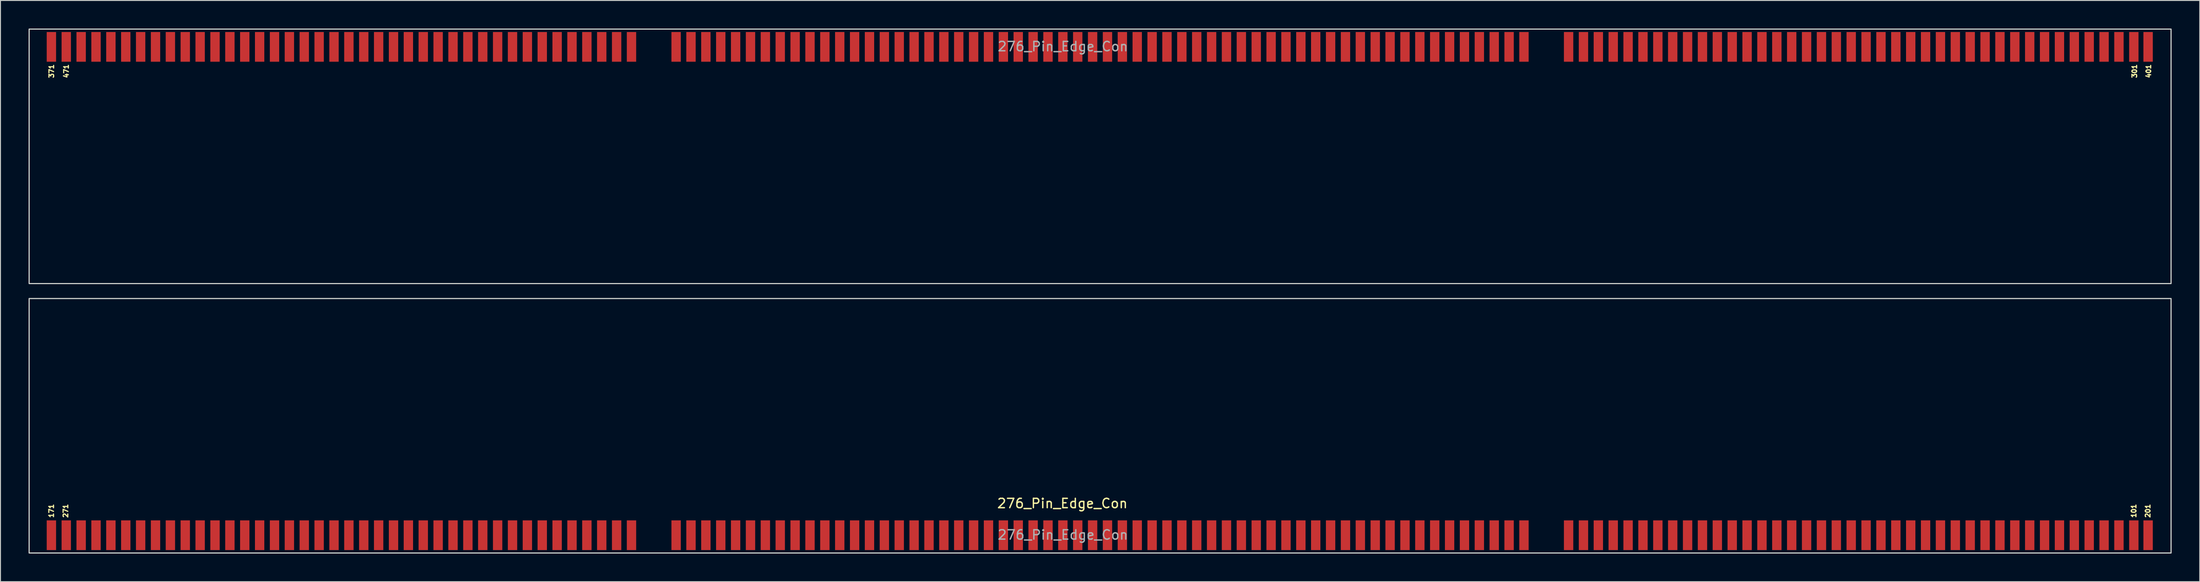
<source format=kicad_pcb>
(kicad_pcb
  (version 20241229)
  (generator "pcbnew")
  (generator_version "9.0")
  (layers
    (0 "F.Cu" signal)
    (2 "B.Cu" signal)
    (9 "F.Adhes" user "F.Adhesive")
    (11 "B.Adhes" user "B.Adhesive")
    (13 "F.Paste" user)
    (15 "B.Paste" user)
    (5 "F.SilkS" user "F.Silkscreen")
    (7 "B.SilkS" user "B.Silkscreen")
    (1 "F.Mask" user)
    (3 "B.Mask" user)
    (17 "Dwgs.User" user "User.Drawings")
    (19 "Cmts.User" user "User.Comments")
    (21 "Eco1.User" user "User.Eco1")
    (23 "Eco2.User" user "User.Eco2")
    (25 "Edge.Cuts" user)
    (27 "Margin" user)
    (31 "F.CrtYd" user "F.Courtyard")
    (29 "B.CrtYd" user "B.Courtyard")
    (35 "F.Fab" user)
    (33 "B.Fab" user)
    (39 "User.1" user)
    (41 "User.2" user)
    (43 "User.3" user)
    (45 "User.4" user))
  (footprint "276_Pin_Edge_Con"
    (layer "F.Cu")
    (at 114.36 28.06)
    (property "Reference" "276_Pin_Edge_Con" (at -4.025 22.7 0) (unlocked yes) (layer "F.SilkS") (effects (font (size 1 1) (thickness 0.15))))
    (attr smd)
    (fp_rect (start -114.3 -28) (end 114.3 -0.8) (stroke (width 0.12) (type solid)) (fill no) (layer "Edge.Cuts"))
    (fp_rect (start -114.3 0.8) (end 114.3 28) (stroke (width 0.12) (type solid)) (fill no) (layer "Edge.Cuts"))
    (fp_text user "271" (at -110.4 23.5 90) (unlocked yes) (layer "F.SilkS") (effects (font (size 0.5 0.5) (thickness 0.125))))
    (fp_text user "301" (at 110.4 -23.5 90) (unlocked yes) (layer "F.SilkS") (effects (font (size 0.5 0.5) (thickness 0.125))))
    (fp_text user "101" (at 110.325 23.5 90) (unlocked yes) (layer "F.SilkS") (effects (font (size 0.5 0.5) (thickness 0.125))))
    (fp_text user "371" (at -111.912 -23.5 90) (unlocked yes) (layer "F.SilkS") (effects (font (size 0.5 0.5) (thickness 0.125))))
    (fp_text user "401" (at 111.9 -23.5 90) (unlocked yes) (layer "F.SilkS") (effects (font (size 0.5 0.5) (thickness 0.125))))
    (fp_text user "471" (at -110.338 -23.5 90) (unlocked yes) (layer "F.SilkS") (effects (font (size 0.5 0.5) (thickness 0.125))))
    (fp_text user "171" (at -111.925 23.5 90) (unlocked yes) (layer "F.SilkS") (effects (font (size 0.5 0.5) (thickness 0.125))))
    (fp_text user "201" (at 111.825 23.5 90) (unlocked yes) (layer "F.SilkS") (effects (font (size 0.5 0.5) (thickness 0.125))))
    (fp_text user "${REFERENCE}" (at -3.975 26.06 0) (unlocked yes) (layer "F.Fab") (effects (font (size 1 1) (thickness 0.15))))
    (fp_text user "${REFERENCE}" (at -3.975 -26.14 0) (unlocked yes) (layer "F.Fab") (effects (font (size 1 1) (thickness 0.15))))
    (pad "101" smd rect (at 110.325 26.1) (size 1 3.175) (layers "F.Cu" "F.Mask" "F.Paste"))
    (pad "102" smd rect (at 107.15 26.1) (size 1 3.175) (layers "F.Cu" "F.Mask" "F.Paste"))
    (pad "103" smd rect (at 103.975 26.1) (size 1 3.175) (layers "F.Cu" "F.Mask" "F.Paste"))
    (pad "104" smd rect (at 100.8 26.1) (size 1 3.175) (layers "F.Cu" "F.Mask" "F.Paste"))
    (pad "105" smd rect (at 97.625 26.1) (size 1 3.175) (layers "F.Cu" "F.Mask" "F.Paste"))
    (pad "106" smd rect (at 94.45 26.1) (size 1 3.175) (layers "F.Cu" "F.Mask" "F.Paste"))
    (pad "107" smd rect (at 91.275 26.1) (size 1 3.175) (layers "F.Cu" "F.Mask" "F.Paste"))
    (pad "108" smd rect (at 88.1 26.1) (size 1 3.175) (layers "F.Cu" "F.Mask" "F.Paste"))
    (pad "109" smd rect (at 84.925 26.1) (size 1 3.175) (layers "F.Cu" "F.Mask" "F.Paste"))
    (pad "110" smd rect (at 81.75 26.1) (size 1 3.175) (layers "F.Cu" "F.Mask" "F.Paste"))
    (pad "111" smd rect (at 78.575 26.1) (size 1 3.175) (layers "F.Cu" "F.Mask" "F.Paste"))
    (pad "112" smd rect (at 75.4 26.1) (size 1 3.175) (layers "F.Cu" "F.Mask" "F.Paste"))
    (pad "113" smd rect (at 72.225 26.1) (size 1 3.175) (layers "F.Cu" "F.Mask" "F.Paste"))
    (pad "114" smd rect (at 69.05 26.1) (size 1 3.175) (layers "F.Cu" "F.Mask" "F.Paste"))
    (pad "115" smd rect (at 65.875 26.1) (size 1 3.175) (layers "F.Cu" "F.Mask" "F.Paste"))
    (pad "116" smd rect (at 62.7 26.1) (size 1 3.175) (layers "F.Cu" "F.Mask" "F.Paste"))
    (pad "117" smd rect (at 59.525 26.1) (size 1 3.175) (layers "F.Cu" "F.Mask" "F.Paste"))
    (pad "118" smd rect (at 56.35 26.1) (size 1 3.175) (layers "F.Cu" "F.Mask" "F.Paste"))
    (pad "119" smd rect (at 53.175 26.1) (size 1 3.175) (layers "F.Cu" "F.Mask" "F.Paste"))
    (pad "120" smd rect (at 50 26.1) (size 1 3.175) (layers "F.Cu" "F.Mask" "F.Paste"))
    (pad "122" smd rect (at 43.65 26.1) (size 1 3.175) (layers "F.Cu" "F.Mask" "F.Paste"))
    (pad "123" smd rect (at 40.475 26.1) (size 1 3.175) (layers "F.Cu" "F.Mask" "F.Paste"))
    (pad "124" smd rect (at 37.3 26.1) (size 1 3.175) (layers "F.Cu" "F.Mask" "F.Paste"))
    (pad "125" smd rect (at 34.125 26.1) (size 1 3.175) (layers "F.Cu" "F.Mask" "F.Paste"))
    (pad "126" smd rect (at 30.95 26.1) (size 1 3.175) (layers "F.Cu" "F.Mask" "F.Paste"))
    (pad "127" smd rect (at 27.775 26.1) (size 1 3.175) (layers "F.Cu" "F.Mask" "F.Paste"))
    (pad "128" smd rect (at 24.6 26.1) (size 1 3.175) (layers "F.Cu" "F.Mask" "F.Paste"))
    (pad "129" smd rect (at 21.425 26.1) (size 1 3.175) (layers "F.Cu" "F.Mask" "F.Paste"))
    (pad "130" smd rect (at 18.25 26.1) (size 1 3.175) (layers "F.Cu" "F.Mask" "F.Paste"))
    (pad "131" smd rect (at 15.075 26.1) (size 1 3.175) (layers "F.Cu" "F.Mask" "F.Paste"))
    (pad "132" smd rect (at 11.9 26.1) (size 1 3.175) (layers "F.Cu" "F.Mask" "F.Paste"))
    (pad "133" smd rect (at 8.725 26.1) (size 1 3.175) (layers "F.Cu" "F.Mask" "F.Paste"))
    (pad "134" smd rect (at 5.55 26.1) (size 1 3.175) (layers "F.Cu" "F.Mask" "F.Paste"))
    (pad "135" smd rect (at 2.375 26.1) (size 1 3.175) (layers "F.Cu" "F.Mask" "F.Paste"))
    (pad "136" smd rect (at -0.8 26.1) (size 1 3.175) (layers "F.Cu" "F.Mask" "F.Paste"))
    (pad "137" smd rect (at -3.975 26.1) (size 1 3.175) (layers "F.Cu" "F.Mask" "F.Paste"))
    (pad "138" smd rect (at -7.15 26.1) (size 1 3.175) (layers "F.Cu" "F.Mask" "F.Paste"))
    (pad "139" smd rect (at -10.325 26.1) (size 1 3.175) (layers "F.Cu" "F.Mask" "F.Paste"))
    (pad "140" smd rect (at -13.5 26.1) (size 1 3.175) (layers "F.Cu" "F.Mask" "F.Paste"))
    (pad "141" smd rect (at -16.675 26.1) (size 1 3.175) (layers "F.Cu" "F.Mask" "F.Paste"))
    (pad "142" smd rect (at -19.85 26.1) (size 1 3.175) (layers "F.Cu" "F.Mask" "F.Paste"))
    (pad "143" smd rect (at -23.025 26.1) (size 1 3.175) (layers "F.Cu" "F.Mask" "F.Paste"))
    (pad "144" smd rect (at -26.2 26.1) (size 1 3.175) (layers "F.Cu" "F.Mask" "F.Paste"))
    (pad "145" smd rect (at -29.375 26.1) (size 1 3.175) (layers "F.Cu" "F.Mask" "F.Paste"))
    (pad "146" smd rect (at -32.55 26.1) (size 1 3.175) (layers "F.Cu" "F.Mask" "F.Paste"))
    (pad "147" smd rect (at -35.725 26.1) (size 1 3.175) (layers "F.Cu" "F.Mask" "F.Paste"))
    (pad "148" smd rect (at -38.9 26.1) (size 1 3.175) (layers "F.Cu" "F.Mask" "F.Paste"))
    (pad "149" smd rect (at -42.075 26.1) (size 1 3.175) (layers "F.Cu" "F.Mask" "F.Paste"))
    (pad "150" smd rect (at -45.25 26.1) (size 1 3.175) (layers "F.Cu" "F.Mask" "F.Paste"))
    (pad "152" smd rect (at -51.6 26.1) (size 1 3.175) (layers "F.Cu" "F.Mask" "F.Paste"))
    (pad "153" smd rect (at -54.775 26.1) (size 1 3.175) (layers "F.Cu" "F.Mask" "F.Paste"))
    (pad "154" smd rect (at -57.95 26.1) (size 1 3.175) (layers "F.Cu" "F.Mask" "F.Paste"))
    (pad "155" smd rect (at -61.125 26.1) (size 1 3.175) (layers "F.Cu" "F.Mask" "F.Paste"))
    (pad "156" smd rect (at -64.3 26.1) (size 1 3.175) (layers "F.Cu" "F.Mask" "F.Paste"))
    (pad "157" smd rect (at -67.475 26.1) (size 1 3.175) (layers "F.Cu" "F.Mask" "F.Paste"))
    (pad "158" smd rect (at -70.65 26.1) (size 1 3.175) (layers "F.Cu" "F.Mask" "F.Paste"))
    (pad "159" smd rect (at -73.825 26.1) (size 1 3.175) (layers "F.Cu" "F.Mask" "F.Paste"))
    (pad "160" smd rect (at -77 26.1) (size 1 3.175) (layers "F.Cu" "F.Mask" "F.Paste"))
    (pad "161" smd rect (at -80.175 26.1) (size 1 3.175) (layers "F.Cu" "F.Mask" "F.Paste"))
    (pad "162" smd rect (at -83.35 26.1) (size 1 3.175) (layers "F.Cu" "F.Mask" "F.Paste"))
    (pad "163" smd rect (at -86.525 26.1) (size 1 3.175) (layers "F.Cu" "F.Mask" "F.Paste"))
    (pad "164" smd rect (at -89.7 26.1) (size 1 3.175) (layers "F.Cu" "F.Mask" "F.Paste"))
    (pad "165" smd rect (at -92.875 26.1) (size 1 3.175) (layers "F.Cu" "F.Mask" "F.Paste"))
    (pad "166" smd rect (at -96.05 26.1) (size 1 3.175) (layers "F.Cu" "F.Mask" "F.Paste"))
    (pad "167" smd rect (at -99.225 26.1) (size 1 3.175) (layers "F.Cu" "F.Mask" "F.Paste"))
    (pad "168" smd rect (at -102.4 26.1) (size 1 3.175) (layers "F.Cu" "F.Mask" "F.Paste"))
    (pad "169" smd rect (at -105.575 26.1) (size 1 3.175) (layers "F.Cu" "F.Mask" "F.Paste"))
    (pad "170" smd rect (at -108.75 26.1) (size 1 3.175) (layers "F.Cu" "F.Mask" "F.Paste"))
    (pad "171" smd rect (at -111.925 26.1) (size 1 3.175) (layers "F.Cu" "F.Mask" "F.Paste"))
    (pad "201" smd rect (at 111.849 26.1) (size 1 3.175) (layers "F.Cu" "F.Mask" "F.Paste"))
    (pad "202" smd rect (at 108.737 26.1) (size 1 3.175) (layers "F.Cu" "F.Mask" "F.Paste"))
    (pad "203" smd rect (at 105.562 26.1) (size 1 3.175) (layers "F.Cu" "F.Mask" "F.Paste"))
    (pad "204" smd rect (at 102.388 26.1) (size 1 3.175) (layers "F.Cu" "F.Mask" "F.Paste"))
    (pad "205" smd rect (at 99.213 26.1) (size 1 3.175) (layers "F.Cu" "F.Mask" "F.Paste"))
    (pad "206" smd rect (at 96.037 26.1) (size 1 3.175) (layers "F.Cu" "F.Mask" "F.Paste"))
    (pad "207" smd rect (at 92.862 26.1) (size 1 3.175) (layers "F.Cu" "F.Mask" "F.Paste"))
    (pad "208" smd rect (at 89.688 26.1) (size 1 3.175) (layers "F.Cu" "F.Mask" "F.Paste"))
    (pad "209" smd rect (at 86.513 26.1) (size 1 3.175) (layers "F.Cu" "F.Mask" "F.Paste"))
    (pad "210" smd rect (at 83.338 26.1) (size 1 3.175) (layers "F.Cu" "F.Mask" "F.Paste"))
    (pad "211" smd rect (at 80.162 26.1) (size 1 3.175) (layers "F.Cu" "F.Mask" "F.Paste"))
    (pad "212" smd rect (at 76.987 26.1) (size 1 3.175) (layers "F.Cu" "F.Mask" "F.Paste"))
    (pad "213" smd rect (at 73.812 26.1) (size 1 3.175) (layers "F.Cu" "F.Mask" "F.Paste"))
    (pad "214" smd rect (at 70.638 26.1) (size 1 3.175) (layers "F.Cu" "F.Mask" "F.Paste"))
    (pad "215" smd rect (at 67.463 26.1) (size 1 3.175) (layers "F.Cu" "F.Mask" "F.Paste"))
    (pad "216" smd rect (at 64.287 26.1) (size 1 3.175) (layers "F.Cu" "F.Mask" "F.Paste"))
    (pad "217" smd rect (at 61.112 26.1) (size 1 3.175) (layers "F.Cu" "F.Mask" "F.Paste"))
    (pad "218" smd rect (at 57.938 26.1) (size 1 3.175) (layers "F.Cu" "F.Mask" "F.Paste"))
    (pad "219" smd rect (at 54.763 26.1) (size 1 3.175) (layers "F.Cu" "F.Mask" "F.Paste"))
    (pad "220" smd rect (at 51.587 26.1) (size 1 3.175) (layers "F.Cu" "F.Mask" "F.Paste"))
    (pad "222" smd rect (at 45.237 26.1) (size 1 3.175) (layers "F.Cu" "F.Mask" "F.Paste"))
    (pad "223" smd rect (at 42.062 26.1) (size 1 3.175) (layers "F.Cu" "F.Mask" "F.Paste"))
    (pad "224" smd rect (at 38.888 26.1) (size 1 3.175) (layers "F.Cu" "F.Mask" "F.Paste"))
    (pad "225" smd rect (at 35.712 26.1) (size 1 3.175) (layers "F.Cu" "F.Mask" "F.Paste"))
    (pad "226" smd rect (at 32.538 26.1) (size 1 3.175) (layers "F.Cu" "F.Mask" "F.Paste"))
    (pad "227" smd rect (at 29.363 26.1) (size 1 3.175) (layers "F.Cu" "F.Mask" "F.Paste"))
    (pad "228" smd rect (at 26.188 26.1) (size 1 3.175) (layers "F.Cu" "F.Mask" "F.Paste"))
    (pad "229" smd rect (at 23.012 26.1) (size 1 3.175) (layers "F.Cu" "F.Mask" "F.Paste"))
    (pad "230" smd rect (at 19.837 26.1) (size 1 3.175) (layers "F.Cu" "F.Mask" "F.Paste"))
    (pad "231" smd rect (at 16.663 26.1) (size 1 3.175) (layers "F.Cu" "F.Mask" "F.Paste"))
    (pad "232" smd rect (at 13.488 26.1) (size 1 3.175) (layers "F.Cu" "F.Mask" "F.Paste"))
    (pad "233" smd rect (at 10.312 26.1) (size 1 3.175) (layers "F.Cu" "F.Mask" "F.Paste"))
    (pad "234" smd rect (at 7.138 26.1) (size 1 3.175) (layers "F.Cu" "F.Mask" "F.Paste"))
    (pad "235" smd rect (at 3.962 26.1) (size 1 3.175) (layers "F.Cu" "F.Mask" "F.Paste"))
    (pad "236" smd rect (at 0.787 26.1) (size 1 3.175) (layers "F.Cu" "F.Mask" "F.Paste"))
    (pad "237" smd rect (at -2.388 26.1) (size 1 3.175) (layers "F.Cu" "F.Mask" "F.Paste"))
    (pad "238" smd rect (at -5.562 26.1) (size 1 3.175) (layers "F.Cu" "F.Mask" "F.Paste"))
    (pad "239" smd rect (at -8.738 26.1) (size 1 3.175) (layers "F.Cu" "F.Mask" "F.Paste"))
    (pad "240" smd rect (at -11.912 26.1) (size 1 3.175) (layers "F.Cu" "F.Mask" "F.Paste"))
    (pad "241" smd rect (at -15.088 26.1) (size 1 3.175) (layers "F.Cu" "F.Mask" "F.Paste"))
    (pad "242" smd rect (at -18.262 26.1) (size 1 3.175) (layers "F.Cu" "F.Mask" "F.Paste"))
    (pad "243" smd rect (at -21.438 26.1) (size 1 3.175) (layers "F.Cu" "F.Mask" "F.Paste"))
    (pad "244" smd rect (at -24.613 26.1) (size 1 3.175) (layers "F.Cu" "F.Mask" "F.Paste"))
    (pad "245" smd rect (at -27.788 26.1) (size 1 3.175) (layers "F.Cu" "F.Mask" "F.Paste"))
    (pad "246" smd rect (at -30.962 26.1) (size 1 3.175) (layers "F.Cu" "F.Mask" "F.Paste"))
    (pad "247" smd rect (at -34.138 26.1) (size 1 3.175) (layers "F.Cu" "F.Mask" "F.Paste"))
    (pad "248" smd rect (at -37.312 26.1) (size 1 3.175) (layers "F.Cu" "F.Mask" "F.Paste"))
    (pad "249" smd rect (at -40.487 26.1) (size 1 3.175) (layers "F.Cu" "F.Mask" "F.Paste"))
    (pad "250" smd rect (at -43.663 26.1) (size 1 3.175) (layers "F.Cu" "F.Mask" "F.Paste"))
    (pad "252" smd rect (at -50.013 26.1) (size 1 3.175) (layers "F.Cu" "F.Mask" "F.Paste"))
    (pad "253" smd rect (at -53.188 26.1) (size 1 3.175) (layers "F.Cu" "F.Mask" "F.Paste"))
    (pad "254" smd rect (at -56.362 26.1) (size 1 3.175) (layers "F.Cu" "F.Mask" "F.Paste"))
    (pad "255" smd rect (at -59.538 26.1) (size 1 3.175) (layers "F.Cu" "F.Mask" "F.Paste"))
    (pad "256" smd rect (at -62.712 26.1) (size 1 3.175) (layers "F.Cu" "F.Mask" "F.Paste"))
    (pad "257" smd rect (at -65.888 26.1) (size 1 3.175) (layers "F.Cu" "F.Mask" "F.Paste"))
    (pad "258" smd rect (at -69.062 26.1) (size 1 3.175) (layers "F.Cu" "F.Mask" "F.Paste"))
    (pad "259" smd rect (at -72.237 26.1) (size 1 3.175) (layers "F.Cu" "F.Mask" "F.Paste"))
    (pad "260" smd rect (at -75.412 26.1) (size 1 3.175) (layers "F.Cu" "F.Mask" "F.Paste"))
    (pad "261" smd rect (at -78.588 26.1) (size 1 3.175) (layers "F.Cu" "F.Mask" "F.Paste"))
    (pad "262" smd rect (at -81.763 26.1) (size 1 3.175) (layers "F.Cu" "F.Mask" "F.Paste"))
    (pad "263" smd rect (at -84.938 26.1) (size 1 3.175) (layers "F.Cu" "F.Mask" "F.Paste"))
    (pad "264" smd rect (at -88.112 26.1) (size 1 3.175) (layers "F.Cu" "F.Mask" "F.Paste"))
    (pad "265" smd rect (at -91.287 26.1) (size 1 3.175) (layers "F.Cu" "F.Mask" "F.Paste"))
    (pad "266" smd rect (at -94.463 26.1) (size 1 3.175) (layers "F.Cu" "F.Mask" "F.Paste"))
    (pad "267" smd rect (at -97.638 26.1) (size 1 3.175) (layers "F.Cu" "F.Mask" "F.Paste"))
    (pad "268" smd rect (at -100.812 26.1) (size 1 3.175) (layers "F.Cu" "F.Mask" "F.Paste"))
    (pad "269" smd rect (at -103.987 26.1) (size 1 3.175) (layers "F.Cu" "F.Mask" "F.Paste"))
    (pad "270" smd rect (at -107.162 26.1) (size 1 3.175) (layers "F.Cu" "F.Mask" "F.Paste"))
    (pad "271" smd rect (at -110.338 26.1) (size 1 3.175) (layers "F.Cu" "F.Mask" "F.Paste"))
    (pad "301" smd rect (at 110.325 -26.1) (size 1 3.175) (layers "F.Cu" "F.Mask" "F.Paste"))
    (pad "302" smd rect (at 107.15 -26.1) (size 1 3.175) (layers "F.Cu" "F.Mask" "F.Paste"))
    (pad "303" smd rect (at 103.975 -26.1) (size 1 3.175) (layers "F.Cu" "F.Mask" "F.Paste"))
    (pad "304" smd rect (at 100.8 -26.1) (size 1 3.175) (layers "F.Cu" "F.Mask" "F.Paste"))
    (pad "305" smd rect (at 97.625 -26.1) (size 1 3.175) (layers "F.Cu" "F.Mask" "F.Paste"))
    (pad "306" smd rect (at 94.45 -26.1) (size 1 3.175) (layers "F.Cu" "F.Mask" "F.Paste"))
    (pad "307" smd rect (at 91.275 -26.1) (size 1 3.175) (layers "F.Cu" "F.Mask" "F.Paste"))
    (pad "308" smd rect (at 88.1 -26.1) (size 1 3.175) (layers "F.Cu" "F.Mask" "F.Paste"))
    (pad "309" smd rect (at 84.925 -26.1) (size 1 3.175) (layers "F.Cu" "F.Mask" "F.Paste"))
    (pad "310" smd rect (at 81.75 -26.1) (size 1 3.175) (layers "F.Cu" "F.Mask" "F.Paste"))
    (pad "311" smd rect (at 78.575 -26.1) (size 1 3.175) (layers "F.Cu" "F.Mask" "F.Paste"))
    (pad "312" smd rect (at 75.4 -26.1) (size 1 3.175) (layers "F.Cu" "F.Mask" "F.Paste"))
    (pad "313" smd rect (at 72.225 -26.1) (size 1 3.175) (layers "F.Cu" "F.Mask" "F.Paste"))
    (pad "314" smd rect (at 69.05 -26.1) (size 1 3.175) (layers "F.Cu" "F.Mask" "F.Paste"))
    (pad "315" smd rect (at 65.875 -26.1) (size 1 3.175) (layers "F.Cu" "F.Mask" "F.Paste"))
    (pad "316" smd rect (at 62.7 -26.1) (size 1 3.175) (layers "F.Cu" "F.Mask" "F.Paste"))
    (pad "317" smd rect (at 59.525 -26.1) (size 1 3.175) (layers "F.Cu" "F.Mask" "F.Paste"))
    (pad "318" smd rect (at 56.35 -26.1) (size 1 3.175) (layers "F.Cu" "F.Mask" "F.Paste"))
    (pad "319" smd rect (at 53.175 -26.1) (size 1 3.175) (layers "F.Cu" "F.Mask" "F.Paste"))
    (pad "320" smd rect (at 50 -26.1) (size 1 3.175) (layers "F.Cu" "F.Mask" "F.Paste"))
    (pad "322" smd rect (at 43.65 -26.1) (size 1 3.175) (layers "F.Cu" "F.Mask" "F.Paste"))
    (pad "323" smd rect (at 40.475 -26.1) (size 1 3.175) (layers "F.Cu" "F.Mask" "F.Paste"))
    (pad "324" smd rect (at 37.3 -26.1) (size 1 3.175) (layers "F.Cu" "F.Mask" "F.Paste"))
    (pad "325" smd rect (at 34.125 -26.1) (size 1 3.175) (layers "F.Cu" "F.Mask" "F.Paste"))
    (pad "326" smd rect (at 30.95 -26.1) (size 1 3.175) (layers "F.Cu" "F.Mask" "F.Paste"))
    (pad "327" smd rect (at 27.775 -26.1) (size 1 3.175) (layers "F.Cu" "F.Mask" "F.Paste"))
    (pad "328" smd rect (at 24.6 -26.1) (size 1 3.175) (layers "F.Cu" "F.Mask" "F.Paste"))
    (pad "329" smd rect (at 21.425 -26.1) (size 1 3.175) (layers "F.Cu" "F.Mask" "F.Paste"))
    (pad "330" smd rect (at 18.25 -26.1) (size 1 3.175) (layers "F.Cu" "F.Mask" "F.Paste"))
    (pad "331" smd rect (at 15.075 -26.1) (size 1 3.175) (layers "F.Cu" "F.Mask" "F.Paste"))
    (pad "332" smd rect (at 11.9 -26.1) (size 1 3.175) (layers "F.Cu" "F.Mask" "F.Paste"))
    (pad "333" smd rect (at 8.725 -26.1) (size 1 3.175) (layers "F.Cu" "F.Mask" "F.Paste"))
    (pad "334" smd rect (at 5.55 -26.1) (size 1 3.175) (layers "F.Cu" "F.Mask" "F.Paste"))
    (pad "335" smd rect (at 2.375 -26.1) (size 1 3.175) (layers "F.Cu" "F.Mask" "F.Paste"))
    (pad "336" smd rect (at -0.8 -26.1) (size 1 3.175) (layers "F.Cu" "F.Mask" "F.Paste"))
    (pad "337" smd rect (at -3.975 -26.1) (size 1 3.175) (layers "F.Cu" "F.Mask" "F.Paste"))
    (pad "338" smd rect (at -7.15 -26.1) (size 1 3.175) (layers "F.Cu" "F.Mask" "F.Paste"))
    (pad "339" smd rect (at -10.325 -26.1) (size 1 3.175) (layers "F.Cu" "F.Mask" "F.Paste"))
    (pad "340" smd rect (at -13.5 -26.1) (size 1 3.175) (layers "F.Cu" "F.Mask" "F.Paste"))
    (pad "341" smd rect (at -16.675 -26.1) (size 1 3.175) (layers "F.Cu" "F.Mask" "F.Paste"))
    (pad "342" smd rect (at -19.85 -26.1) (size 1 3.175) (layers "F.Cu" "F.Mask" "F.Paste"))
    (pad "343" smd rect (at -23.025 -26.1) (size 1 3.175) (layers "F.Cu" "F.Mask" "F.Paste"))
    (pad "344" smd rect (at -26.2 -26.1) (size 1 3.175) (layers "F.Cu" "F.Mask" "F.Paste"))
    (pad "345" smd rect (at -29.375 -26.1) (size 1 3.175) (layers "F.Cu" "F.Mask" "F.Paste"))
    (pad "346" smd rect (at -32.55 -26.1) (size 1 3.175) (layers "F.Cu" "F.Mask" "F.Paste"))
    (pad "347" smd rect (at -35.725 -26.1) (size 1 3.175) (layers "F.Cu" "F.Mask" "F.Paste"))
    (pad "348" smd rect (at -38.9 -26.1) (size 1 3.175) (layers "F.Cu" "F.Mask" "F.Paste"))
    (pad "349" smd rect (at -42.075 -26.1) (size 1 3.175) (layers "F.Cu" "F.Mask" "F.Paste"))
    (pad "350" smd rect (at -45.25 -26.1) (size 1 3.175) (layers "F.Cu" "F.Mask" "F.Paste"))
    (pad "352" smd rect (at -51.6 -26.1) (size 1 3.175) (layers "F.Cu" "F.Mask" "F.Paste"))
    (pad "353" smd rect (at -54.775 -26.1) (size 1 3.175) (layers "F.Cu" "F.Mask" "F.Paste"))
    (pad "354" smd rect (at -57.95 -26.1) (size 1 3.175) (layers "F.Cu" "F.Mask" "F.Paste"))
    (pad "355" smd rect (at -61.125 -26.1) (size 1 3.175) (layers "F.Cu" "F.Mask" "F.Paste"))
    (pad "356" smd rect (at -64.3 -26.1) (size 1 3.175) (layers "F.Cu" "F.Mask" "F.Paste"))
    (pad "357" smd rect (at -67.475 -26.1) (size 1 3.175) (layers "F.Cu" "F.Mask" "F.Paste"))
    (pad "358" smd rect (at -70.65 -26.1) (size 1 3.175) (layers "F.Cu" "F.Mask" "F.Paste"))
    (pad "359" smd rect (at -73.825 -26.1) (size 1 3.175) (layers "F.Cu" "F.Mask" "F.Paste"))
    (pad "360" smd rect (at -77 -26.1) (size 1 3.175) (layers "F.Cu" "F.Mask" "F.Paste"))
    (pad "361" smd rect (at -80.175 -26.1) (size 1 3.175) (layers "F.Cu" "F.Mask" "F.Paste"))
    (pad "362" smd rect (at -83.35 -26.1) (size 1 3.175) (layers "F.Cu" "F.Mask" "F.Paste"))
    (pad "363" smd rect (at -86.525 -26.1) (size 1 3.175) (layers "F.Cu" "F.Mask" "F.Paste"))
    (pad "364" smd rect (at -89.7 -26.1) (size 1 3.175) (layers "F.Cu" "F.Mask" "F.Paste"))
    (pad "365" smd rect (at -92.875 -26.1) (size 1 3.175) (layers "F.Cu" "F.Mask" "F.Paste"))
    (pad "366" smd rect (at -96.05 -26.1) (size 1 3.175) (layers "F.Cu" "F.Mask" "F.Paste"))
    (pad "367" smd rect (at -99.225 -26.1) (size 1 3.175) (layers "F.Cu" "F.Mask" "F.Paste"))
    (pad "368" smd rect (at -102.4 -26.1) (size 1 3.175) (layers "F.Cu" "F.Mask" "F.Paste"))
    (pad "369" smd rect (at -105.575 -26.1) (size 1 3.175) (layers "F.Cu" "F.Mask" "F.Paste"))
    (pad "370" smd rect (at -108.75 -26.1) (size 1 3.175) (layers "F.Cu" "F.Mask" "F.Paste"))
    (pad "371" smd rect (at -111.925 -26.1) (size 1 3.175) (layers "F.Cu" "F.Mask" "F.Paste"))
    (pad "401" smd rect (at 111.849 -26.1) (size 1 3.175) (layers "F.Cu" "F.Mask" "F.Paste"))
    (pad "402" smd rect (at 108.737 -26.1) (size 1 3.175) (layers "F.Cu" "F.Mask" "F.Paste"))
    (pad "403" smd rect (at 105.562 -26.1) (size 1 3.175) (layers "F.Cu" "F.Mask" "F.Paste"))
    (pad "404" smd rect (at 102.388 -26.1) (size 1 3.175) (layers "F.Cu" "F.Mask" "F.Paste"))
    (pad "405" smd rect (at 99.213 -26.1) (size 1 3.175) (layers "F.Cu" "F.Mask" "F.Paste"))
    (pad "406" smd rect (at 96.037 -26.1) (size 1 3.175) (layers "F.Cu" "F.Mask" "F.Paste"))
    (pad "407" smd rect (at 92.862 -26.1) (size 1 3.175) (layers "F.Cu" "F.Mask" "F.Paste"))
    (pad "408" smd rect (at 89.688 -26.1) (size 1 3.175) (layers "F.Cu" "F.Mask" "F.Paste"))
    (pad "409" smd rect (at 86.513 -26.1) (size 1 3.175) (layers "F.Cu" "F.Mask" "F.Paste"))
    (pad "410" smd rect (at 83.338 -26.1) (size 1 3.175) (layers "F.Cu" "F.Mask" "F.Paste"))
    (pad "411" smd rect (at 80.162 -26.1) (size 1 3.175) (layers "F.Cu" "F.Mask" "F.Paste"))
    (pad "412" smd rect (at 76.987 -26.1) (size 1 3.175) (layers "F.Cu" "F.Mask" "F.Paste"))
    (pad "413" smd rect (at 73.812 -26.1) (size 1 3.175) (layers "F.Cu" "F.Mask" "F.Paste"))
    (pad "414" smd rect (at 70.638 -26.1) (size 1 3.175) (layers "F.Cu" "F.Mask" "F.Paste"))
    (pad "415" smd rect (at 67.463 -26.1) (size 1 3.175) (layers "F.Cu" "F.Mask" "F.Paste"))
    (pad "416" smd rect (at 64.287 -26.1) (size 1 3.175) (layers "F.Cu" "F.Mask" "F.Paste"))
    (pad "417" smd rect (at 61.112 -26.1) (size 1 3.175) (layers "F.Cu" "F.Mask" "F.Paste"))
    (pad "418" smd rect (at 57.938 -26.1) (size 1 3.175) (layers "F.Cu" "F.Mask" "F.Paste"))
    (pad "419" smd rect (at 54.763 -26.1) (size 1 3.175) (layers "F.Cu" "F.Mask" "F.Paste"))
    (pad "420" smd rect (at 51.587 -26.1) (size 1 3.175) (layers "F.Cu" "F.Mask" "F.Paste"))
    (pad "422" smd rect (at 45.237 -26.1) (size 1 3.175) (layers "F.Cu" "F.Mask" "F.Paste"))
    (pad "423" smd rect (at 42.062 -26.1) (size 1 3.175) (layers "F.Cu" "F.Mask" "F.Paste"))
    (pad "424" smd rect (at 38.888 -26.1) (size 1 3.175) (layers "F.Cu" "F.Mask" "F.Paste"))
    (pad "425" smd rect (at 35.712 -26.1) (size 1 3.175) (layers "F.Cu" "F.Mask" "F.Paste"))
    (pad "426" smd rect (at 32.538 -26.1) (size 1 3.175) (layers "F.Cu" "F.Mask" "F.Paste"))
    (pad "427" smd rect (at 29.363 -26.1) (size 1 3.175) (layers "F.Cu" "F.Mask" "F.Paste"))
    (pad "428" smd rect (at 26.188 -26.1) (size 1 3.175) (layers "F.Cu" "F.Mask" "F.Paste"))
    (pad "429" smd rect (at 23.012 -26.1) (size 1 3.175) (layers "F.Cu" "F.Mask" "F.Paste"))
    (pad "430" smd rect (at 19.837 -26.1) (size 1 3.175) (layers "F.Cu" "F.Mask" "F.Paste"))
    (pad "431" smd rect (at 16.663 -26.1) (size 1 3.175) (layers "F.Cu" "F.Mask" "F.Paste"))
    (pad "432" smd rect (at 13.488 -26.1) (size 1 3.175) (layers "F.Cu" "F.Mask" "F.Paste"))
    (pad "433" smd rect (at 10.312 -26.1) (size 1 3.175) (layers "F.Cu" "F.Mask" "F.Paste"))
    (pad "434" smd rect (at 7.138 -26.1) (size 1 3.175) (layers "F.Cu" "F.Mask" "F.Paste"))
    (pad "435" smd rect (at 3.962 -26.1) (size 1 3.175) (layers "F.Cu" "F.Mask" "F.Paste"))
    (pad "436" smd rect (at 0.787 -26.1) (size 1 3.175) (layers "F.Cu" "F.Mask" "F.Paste"))
    (pad "437" smd rect (at -2.388 -26.1) (size 1 3.175) (layers "F.Cu" "F.Mask" "F.Paste"))
    (pad "438" smd rect (at -5.562 -26.1) (size 1 3.175) (layers "F.Cu" "F.Mask" "F.Paste"))
    (pad "439" smd rect (at -8.738 -26.1) (size 1 3.175) (layers "F.Cu" "F.Mask" "F.Paste"))
    (pad "440" smd rect (at -11.912 -26.1) (size 1 3.175) (layers "F.Cu" "F.Mask" "F.Paste"))
    (pad "441" smd rect (at -15.088 -26.1) (size 1 3.175) (layers "F.Cu" "F.Mask" "F.Paste"))
    (pad "442" smd rect (at -18.262 -26.1) (size 1 3.175) (layers "F.Cu" "F.Mask" "F.Paste"))
    (pad "443" smd rect (at -21.438 -26.1) (size 1 3.175) (layers "F.Cu" "F.Mask" "F.Paste"))
    (pad "444" smd rect (at -24.613 -26.1) (size 1 3.175) (layers "F.Cu" "F.Mask" "F.Paste"))
    (pad "445" smd rect (at -27.788 -26.1) (size 1 3.175) (layers "F.Cu" "F.Mask" "F.Paste"))
    (pad "446" smd rect (at -30.962 -26.1) (size 1 3.175) (layers "F.Cu" "F.Mask" "F.Paste"))
    (pad "447" smd rect (at -34.138 -26.1) (size 1 3.175) (layers "F.Cu" "F.Mask" "F.Paste"))
    (pad "448" smd rect (at -37.312 -26.1) (size 1 3.175) (layers "F.Cu" "F.Mask" "F.Paste"))
    (pad "449" smd rect (at -40.487 -26.1) (size 1 3.175) (layers "F.Cu" "F.Mask" "F.Paste"))
    (pad "450" smd rect (at -43.663 -26.1) (size 1 3.175) (layers "F.Cu" "F.Mask" "F.Paste"))
    (pad "452" smd rect (at -50.013 -26.1) (size 1 3.175) (layers "F.Cu" "F.Mask" "F.Paste"))
    (pad "453" smd rect (at -53.188 -26.1) (size 1 3.175) (layers "F.Cu" "F.Mask" "F.Paste"))
    (pad "454" smd rect (at -56.362 -26.1) (size 1 3.175) (layers "F.Cu" "F.Mask" "F.Paste"))
    (pad "455" smd rect (at -59.538 -26.1) (size 1 3.175) (layers "F.Cu" "F.Mask" "F.Paste"))
    (pad "456" smd rect (at -62.712 -26.1) (size 1 3.175) (layers "F.Cu" "F.Mask" "F.Paste"))
    (pad "457" smd rect (at -65.888 -26.1) (size 1 3.175) (layers "F.Cu" "F.Mask" "F.Paste"))
    (pad "458" smd rect (at -69.062 -26.1) (size 1 3.175) (layers "F.Cu" "F.Mask" "F.Paste"))
    (pad "459" smd rect (at -72.237 -26.1) (size 1 3.175) (layers "F.Cu" "F.Mask" "F.Paste"))
    (pad "460" smd rect (at -75.412 -26.1) (size 1 3.175) (layers "F.Cu" "F.Mask" "F.Paste"))
    (pad "461" smd rect (at -78.588 -26.1) (size 1 3.175) (layers "F.Cu" "F.Mask" "F.Paste"))
    (pad "462" smd rect (at -81.763 -26.1) (size 1 3.175) (layers "F.Cu" "F.Mask" "F.Paste"))
    (pad "463" smd rect (at -84.938 -26.1) (size 1 3.175) (layers "F.Cu" "F.Mask" "F.Paste"))
    (pad "464" smd rect (at -88.112 -26.1) (size 1 3.175) (layers "F.Cu" "F.Mask" "F.Paste"))
    (pad "465" smd rect (at -91.287 -26.1) (size 1 3.175) (layers "F.Cu" "F.Mask" "F.Paste"))
    (pad "466" smd rect (at -94.463 -26.1) (size 1 3.175) (layers "F.Cu" "F.Mask" "F.Paste"))
    (pad "467" smd rect (at -97.638 -26.1) (size 1 3.175) (layers "F.Cu" "F.Mask" "F.Paste"))
    (pad "468" smd rect (at -100.812 -26.1) (size 1 3.175) (layers "F.Cu" "F.Mask" "F.Paste"))
    (pad "469" smd rect (at -103.987 -26.1) (size 1 3.175) (layers "F.Cu" "F.Mask" "F.Paste"))
    (pad "470" smd rect (at -107.162 -26.1) (size 1 3.175) (layers "F.Cu" "F.Mask" "F.Paste"))
    (pad "471" smd rect (at -110.338 -26.1) (size 1 3.175) (layers "F.Cu" "F.Mask" "F.Paste")))
  (gr_rect
    (start -3 -3)
    (end 231.72 59.12)
    (stroke (width 0.1) (type default))
    (fill no)
    (layer "Edge.Cuts")))
</source>
